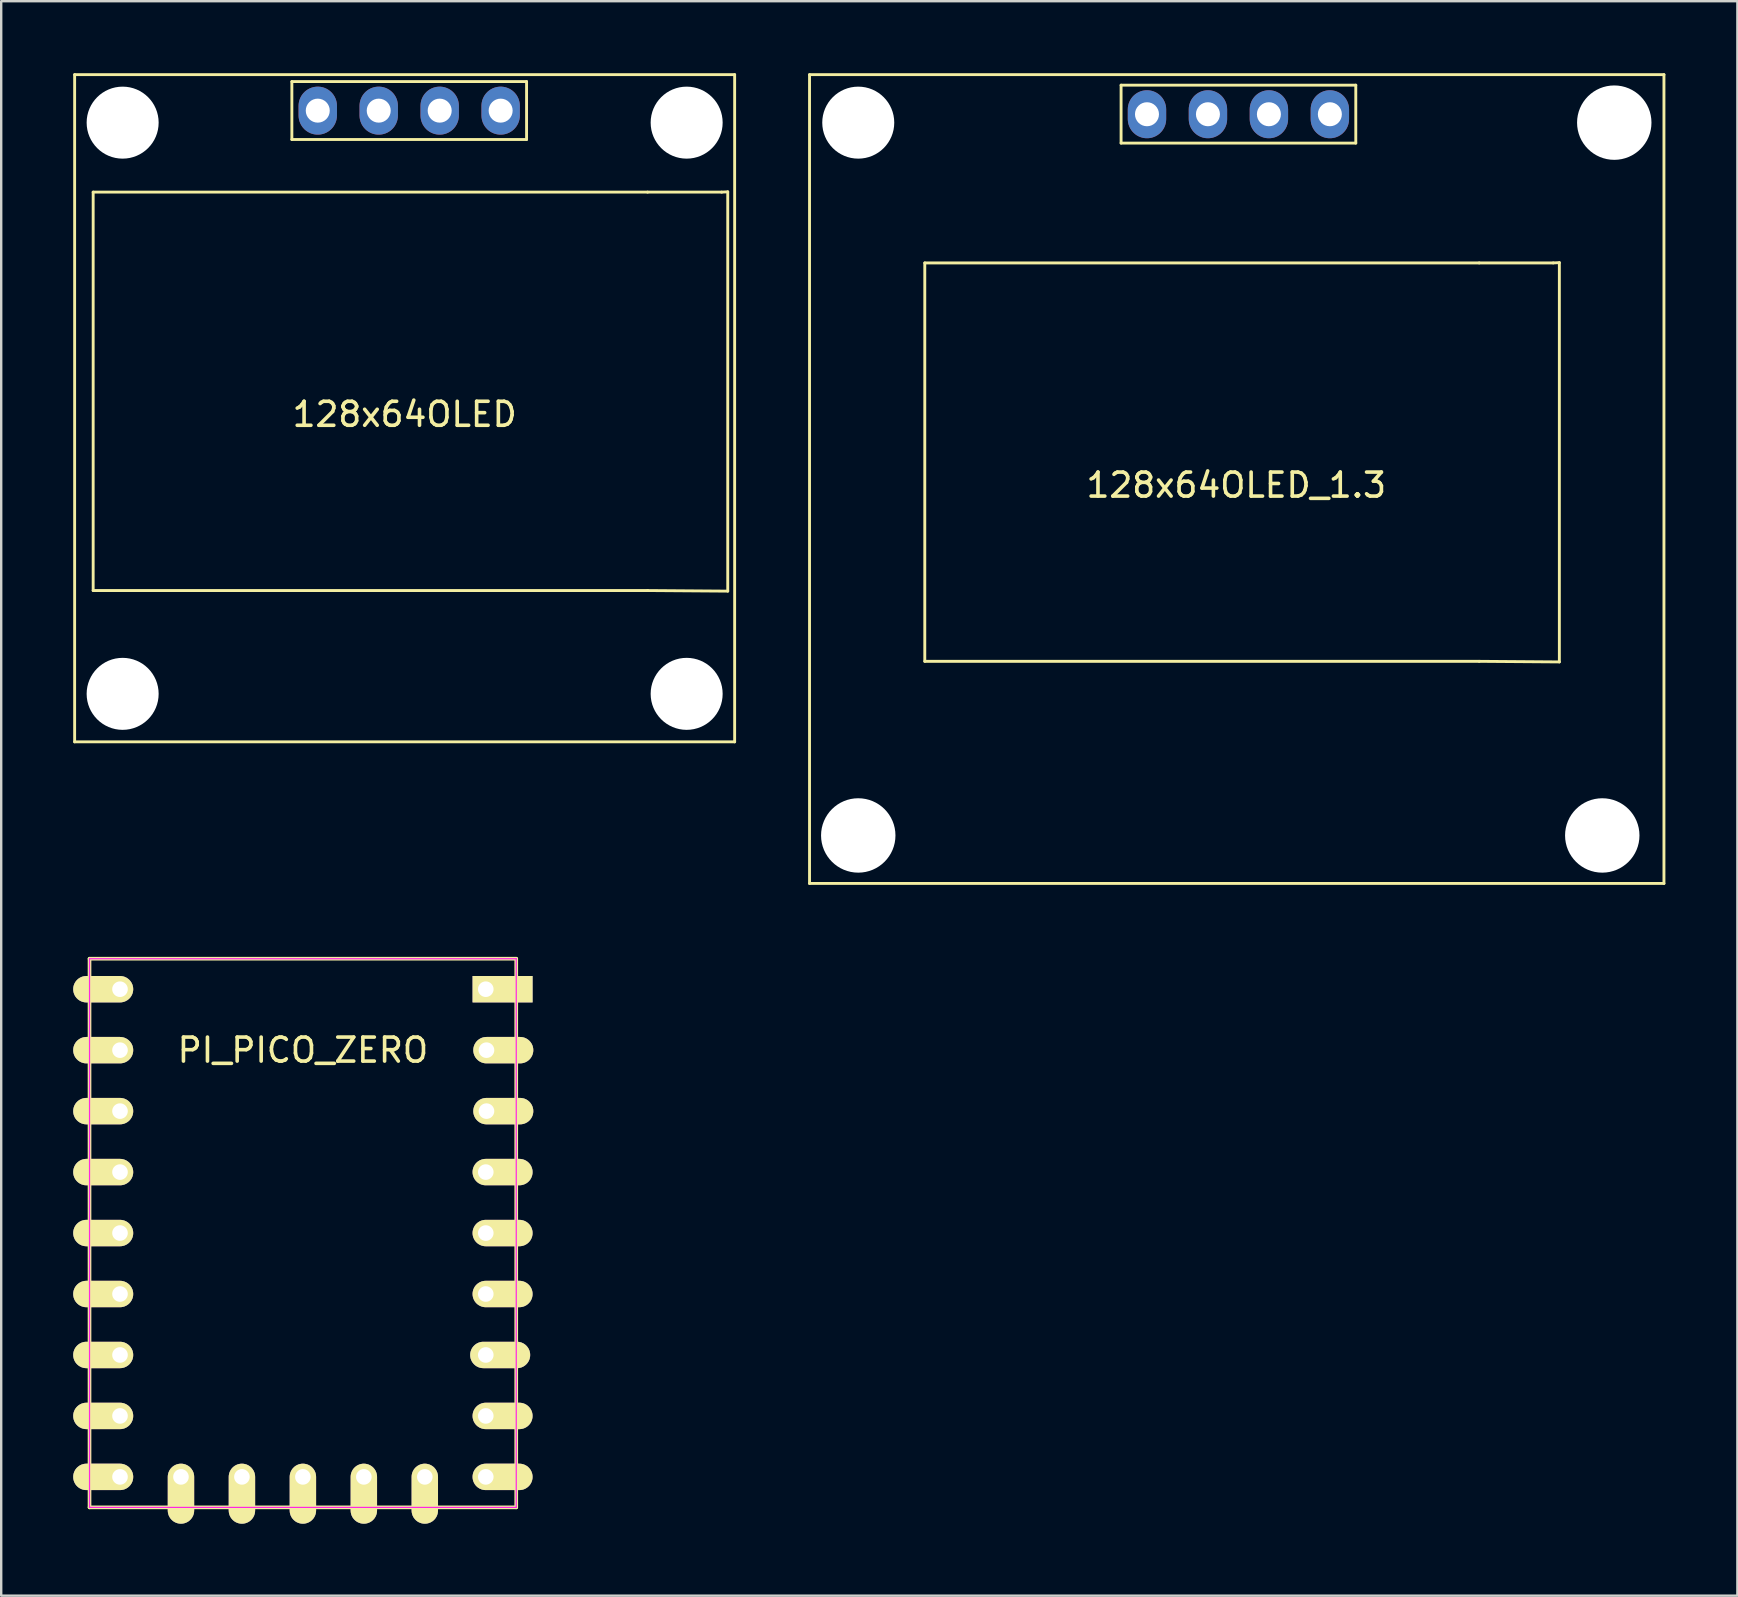
<source format=kicad_pcb>
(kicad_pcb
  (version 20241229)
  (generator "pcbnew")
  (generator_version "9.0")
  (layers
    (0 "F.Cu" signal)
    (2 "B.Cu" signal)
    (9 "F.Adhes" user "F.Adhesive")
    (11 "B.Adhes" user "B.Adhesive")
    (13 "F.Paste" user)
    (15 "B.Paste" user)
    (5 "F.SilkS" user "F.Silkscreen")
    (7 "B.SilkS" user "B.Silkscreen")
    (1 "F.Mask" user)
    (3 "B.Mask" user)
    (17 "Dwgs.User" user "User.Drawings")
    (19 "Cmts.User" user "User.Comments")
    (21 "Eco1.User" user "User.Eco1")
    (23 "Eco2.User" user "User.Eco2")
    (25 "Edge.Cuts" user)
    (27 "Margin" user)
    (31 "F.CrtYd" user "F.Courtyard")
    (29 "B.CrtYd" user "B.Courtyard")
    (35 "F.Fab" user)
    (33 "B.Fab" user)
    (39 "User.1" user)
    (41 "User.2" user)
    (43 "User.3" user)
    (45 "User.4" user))
  (footprint "128x64OLED_1.3"
    (layer "F.Cu")
    (at 48.46 16.91)
    (property "Reference" "128x64OLED_1.3" (at 0 0.254 0) (layer "F.SilkS") (effects (font (size 1 1) (thickness 0.15))))
    (attr through_hole)
    (fp_line (start -17.78 -16.85) (end 17.82 -16.85) (stroke (width 0.12) (type solid)) (layer "F.SilkS"))
    (fp_line (start -17.78 16.85) (end -17.78 -16.85) (stroke (width 0.12) (type solid)) (layer "F.SilkS"))
    (fp_line (start -17.78 16.85) (end 17.82 16.85) (stroke (width 0.12) (type solid)) (layer "F.SilkS"))
    (fp_line (start -12.978 -9.005) (end 10.122 -9.005) (stroke (width 0.12) (type solid)) (layer "F.SilkS"))
    (fp_line (start -12.978 7.595) (end -12.978 -9.005) (stroke (width 0.12) (type solid)) (layer "F.SilkS"))
    (fp_line (start -4.799 -16.411) (end -4.799 -13.998) (stroke (width 0.12) (type solid)) (layer "F.SilkS"))
    (fp_line (start -4.799 -16.411) (end 4.98 -16.411) (stroke (width 0.12) (type solid)) (layer "F.SilkS"))
    (fp_line (start 4.98 -16.411) (end 4.98 -13.998) (stroke (width 0.12) (type solid)) (layer "F.SilkS"))
    (fp_line (start 4.98 -13.998) (end -4.799 -13.998) (stroke (width 0.12) (type solid)) (layer "F.SilkS"))
    (fp_line (start 10.122 -9.005) (end 13.208 -9.005) (stroke (width 0.12) (type solid)) (layer "F.SilkS"))
    (fp_line (start 10.122 7.595) (end -12.978 7.595) (stroke (width 0.12) (type solid)) (layer "F.SilkS"))
    (fp_line (start 10.122 7.595) (end 13.462 7.62) (stroke (width 0.12) (type solid)) (layer "F.SilkS"))
    (fp_line (start 13.462 -9.017) (end 13.208 -9.005) (stroke (width 0.12) (type solid)) (layer "F.SilkS"))
    (fp_line (start 13.462 7.62) (end 13.462 -9.017) (stroke (width 0.12) (type solid)) (layer "F.SilkS"))
    (fp_line (start 17.82 16.85) (end 17.82 -16.85) (stroke (width 0.12) (type solid)) (layer "F.SilkS"))
    (pad "" np_thru_hole oval (at -15.75 -14.85 180) (size 3 3) (drill 3) (layers "*.Cu" "*.Mask"))
    (pad "" np_thru_hole oval (at -15.75 14.85 180) (size 3.1 3.1) (drill 3.1) (layers "*.Cu" "*.Mask"))
    (pad "" np_thru_hole oval (at 15.25 14.85 180) (size 3.1 3.1) (drill 3.1) (layers "*.Cu" "*.Mask"))
    (pad "" np_thru_hole oval (at 15.75 -14.85 180) (size 3.1 3.1) (drill 3.1) (layers "*.Cu" "*.Mask"))
    (pad "1" thru_hole oval (at -3.72 -15.2 90) (size 2 1.6) (drill 1) (layers "*.Cu" "*.Mask"))
    (pad "2" thru_hole oval (at -1.18 -15.2 90) (size 2 1.6) (drill 1) (layers "*.Cu" "*.Mask"))
    (pad "3" thru_hole oval (at 1.36 -15.2 90) (size 2 1.6) (drill 1) (layers "*.Cu" "*.Mask"))
    (pad "4" thru_hole oval (at 3.9 -15.2 90) (size 2 1.6) (drill 1) (layers "*.Cu" "*.Mask")))
  (footprint "PI_PICO_ZERO"
    (layer "F.Cu")
    (at 9.57 48.326)
    (property "Reference" "PI_PICO_ZERO" (at 0 -7.62 0) (layer "F.SilkS") (effects (font (size 1 1) (thickness 0.15))))
    (attr through_hole)
    (fp_line (start -8.89 -11.43) (end -8.89 11.43) (stroke (width 0.152) (type solid)) (layer "F.SilkS"))
    (fp_line (start -8.89 11.43) (end 8.89 11.43) (stroke (width 0.152) (type solid)) (layer "F.SilkS"))
    (fp_line (start 8.89 -11.43) (end -8.89 -11.43) (stroke (width 0.152) (type solid)) (layer "F.SilkS"))
    (fp_line (start 8.89 -11.43) (end 8.89 11.43) (stroke (width 0.152) (type solid)) (layer "F.SilkS"))
    (fp_line (start -8.89 -11.43) (end 8.89 -11.43) (stroke (width 0.05) (type solid)) (layer "F.CrtYd"))
    (fp_line (start -8.89 11.43) (end -8.89 -11.43) (stroke (width 0.05) (type solid)) (layer "F.CrtYd"))
    (fp_line (start 8.89 -11.43) (end 8.89 11.43) (stroke (width 0.05) (type solid)) (layer "F.CrtYd"))
    (fp_line (start 8.89 11.43) (end -8.89 11.43) (stroke (width 0.05) (type solid)) (layer "F.CrtYd"))
    (pad "0" thru_hole rect (at 7.62 -10.16 180) (size 2.5 1.1) (drill 0.65 (offset -0.7 0)) (layers "*.Cu" "*.Mask" "F.SilkS"))
    (pad "1" thru_hole oval (at 7.65 -7.62) (size 2.5 1.1) (drill 0.65 (offset 0.7 0)) (layers "*.Cu" "*.Mask" "F.SilkS"))
    (pad "2" thru_hole oval (at 7.65 -5.08) (size 2.5 1.1) (drill 0.65 (offset 0.7 0)) (layers "*.Cu" "*.Mask" "F.SilkS"))
    (pad "3" thru_hole oval (at 7.62 -2.54) (size 2.5 1.1) (drill 0.65 (offset 0.7 0)) (layers "*.Cu" "*.Mask" "F.SilkS"))
    (pad "4" thru_hole oval (at 7.62 0) (size 2.5 1.1) (drill 0.65 (offset 0.7 0)) (layers "*.Cu" "*.Mask" "F.SilkS"))
    (pad "5" thru_hole oval (at 7.62 2.54) (size 2.5 1.1) (drill 0.65 (offset 0.7 0)) (layers "*.Cu" "*.Mask" "F.SilkS"))
    (pad "6" thru_hole oval (at 7.62 5.08) (size 2.5 1.1) (drill 0.65 (offset 0.6 0)) (layers "*.Cu" "*.Mask" "F.SilkS"))
    (pad "7" thru_hole oval (at 7.62 7.62) (size 2.5 1.1) (drill 0.65 (offset 0.7 0)) (layers "*.Cu" "*.Mask" "F.SilkS"))
    (pad "8" thru_hole oval (at 7.62 10.16 180) (size 2.5 1.1) (drill 0.65 (offset -0.7 0)) (layers "*.Cu" "*.Mask" "F.SilkS"))
    (pad "9" thru_hole oval (at 5.08 10.16 90) (size 2.5 1.1) (drill 0.65 (offset -0.7 0)) (layers "*.Cu" "*.Mask" "F.SilkS"))
    (pad "10" thru_hole oval (at 2.54 10.16 90) (size 2.5 1.1) (drill 0.65 (offset -0.7 0)) (layers "*.Cu" "*.Mask" "F.SilkS"))
    (pad "11" thru_hole oval (at 0 10.16 90) (size 2.5 1.1) (drill 0.65 (offset -0.7 0)) (layers "*.Cu" "*.Mask" "F.SilkS"))
    (pad "12" thru_hole oval (at -2.54 10.16 90) (size 2.5 1.1) (drill 0.65 (offset -0.7 0)) (layers "*.Cu" "*.Mask" "F.SilkS"))
    (pad "13" thru_hole oval (at -5.08 10.16 90) (size 2.5 1.1) (drill 0.65 (offset -0.7 0)) (layers "*.Cu" "*.Mask" "F.SilkS"))
    (pad "14" thru_hole oval (at -7.62 10.16) (size 2.5 1.1) (drill 0.65 (offset -0.7 0)) (layers "*.Cu" "*.Mask" "F.SilkS"))
    (pad "15" thru_hole oval (at -7.62 7.62) (size 2.5 1.1) (drill 0.65 (offset -0.7 0)) (layers "*.Cu" "*.Mask" "F.SilkS"))
    (pad "26" thru_hole oval (at -7.62 5.08) (size 2.5 1.1) (drill 0.65 (offset -0.7 0)) (layers "*.Cu" "*.Mask" "F.SilkS"))
    (pad "27" thru_hole oval (at -7.62 2.54) (size 2.5 1.1) (drill 0.65 (offset -0.7 0)) (layers "*.Cu" "*.Mask" "F.SilkS"))
    (pad "28" thru_hole oval (at -7.62 0) (size 2.5 1.1) (drill 0.65 (offset -0.7 0)) (layers "*.Cu" "*.Mask" "F.SilkS"))
    (pad "29" thru_hole oval (at -7.62 -2.54) (size 2.5 1.1) (drill 0.65 (offset -0.7 0)) (layers "*.Cu" "*.Mask" "F.SilkS"))
    (pad "30" thru_hole oval (at -7.62 -5.08) (size 2.5 1.1) (drill 0.65 (offset -0.7 0)) (layers "*.Cu" "*.Mask" "F.SilkS"))
    (pad "31" thru_hole oval (at -7.62 -7.62) (size 2.5 1.1) (drill 0.65 (offset -0.7 0)) (layers "*.Cu" "*.Mask" "F.SilkS"))
    (pad "32" thru_hole oval (at -7.62 -10.16 180) (size 2.5 1.1) (drill 0.65 (offset 0.7 0)) (layers "*.Cu" "*.Mask" "F.SilkS")))
  (footprint "128x64OLED"
    (layer "F.Cu")
    (at 13.81 13.96)
    (property "Reference" "128x64OLED" (at 0 0.254 0) (layer "F.SilkS") (effects (font (size 1 1) (thickness 0.15))))
    (attr through_hole)
    (fp_line (start -13.75 -13.9) (end 13.75 -13.9) (stroke (width 0.12) (type solid)) (layer "F.SilkS"))
    (fp_line (start -13.75 13.9) (end -13.75 -13.9) (stroke (width 0.12) (type solid)) (layer "F.SilkS"))
    (fp_line (start -13.75 13.9) (end 13.75 13.9) (stroke (width 0.12) (type solid)) (layer "F.SilkS"))
    (fp_line (start -12.978 -9.005) (end 10.122 -9.005) (stroke (width 0.12) (type solid)) (layer "F.SilkS"))
    (fp_line (start -12.978 7.595) (end -12.978 -9.005) (stroke (width 0.12) (type solid)) (layer "F.SilkS"))
    (fp_line (start -4.699 -13.611) (end -4.699 -11.198) (stroke (width 0.12) (type solid)) (layer "F.SilkS"))
    (fp_line (start -4.699 -13.611) (end 5.08 -13.611) (stroke (width 0.12) (type solid)) (layer "F.SilkS"))
    (fp_line (start 5.08 -13.611) (end 5.08 -11.198) (stroke (width 0.12) (type solid)) (layer "F.SilkS"))
    (fp_line (start 5.08 -11.198) (end -4.699 -11.198) (stroke (width 0.12) (type solid)) (layer "F.SilkS"))
    (fp_line (start 10.122 -9.005) (end 13.208 -9.005) (stroke (width 0.12) (type solid)) (layer "F.SilkS"))
    (fp_line (start 10.122 7.595) (end -12.978 7.595) (stroke (width 0.12) (type solid)) (layer "F.SilkS"))
    (fp_line (start 10.122 7.595) (end 13.462 7.62) (stroke (width 0.12) (type solid)) (layer "F.SilkS"))
    (fp_line (start 13.462 -9.017) (end 13.208 -9.005) (stroke (width 0.12) (type solid)) (layer "F.SilkS"))
    (fp_line (start 13.462 7.62) (end 13.462 -9.017) (stroke (width 0.12) (type solid)) (layer "F.SilkS"))
    (fp_line (start 13.75 -13.9) (end 13.75 13.9) (stroke (width 0.12) (type solid)) (layer "F.SilkS"))
    (pad "" np_thru_hole oval (at -11.75 -11.9 180) (size 3 3) (drill 3) (layers "*.Cu" "*.Mask"))
    (pad "" np_thru_hole circle (at -11.75 11.9 180) (size 3 3) (drill 3) (layers "*.Cu" "*.Mask"))
    (pad "" np_thru_hole circle (at 11.75 -11.9 180) (size 3 3) (drill 3) (layers "*.Cu" "*.Mask"))
    (pad "" np_thru_hole circle (at 11.75 11.9 180) (size 3 3) (drill 3) (layers "*.Cu" "*.Mask"))
    (pad "1" thru_hole oval (at -3.62 -12.4 90) (size 2 1.6) (drill 1) (layers "*.Cu" "*.Mask"))
    (pad "2" thru_hole oval (at -1.08 -12.4 90) (size 2 1.6) (drill 1) (layers "*.Cu" "*.Mask"))
    (pad "3" thru_hole oval (at 1.46 -12.4 90) (size 2 1.6) (drill 1) (layers "*.Cu" "*.Mask"))
    (pad "4" thru_hole oval (at 4 -12.4 270) (size 2 1.6) (drill 1) (layers "*.Cu" "*.Mask")))
  (gr_rect
    (start -3 -3)
    (end 69.34 63.436)
    (stroke (width 0.1) (type default))
    (fill no)
    (layer "Edge.Cuts")))
</source>
